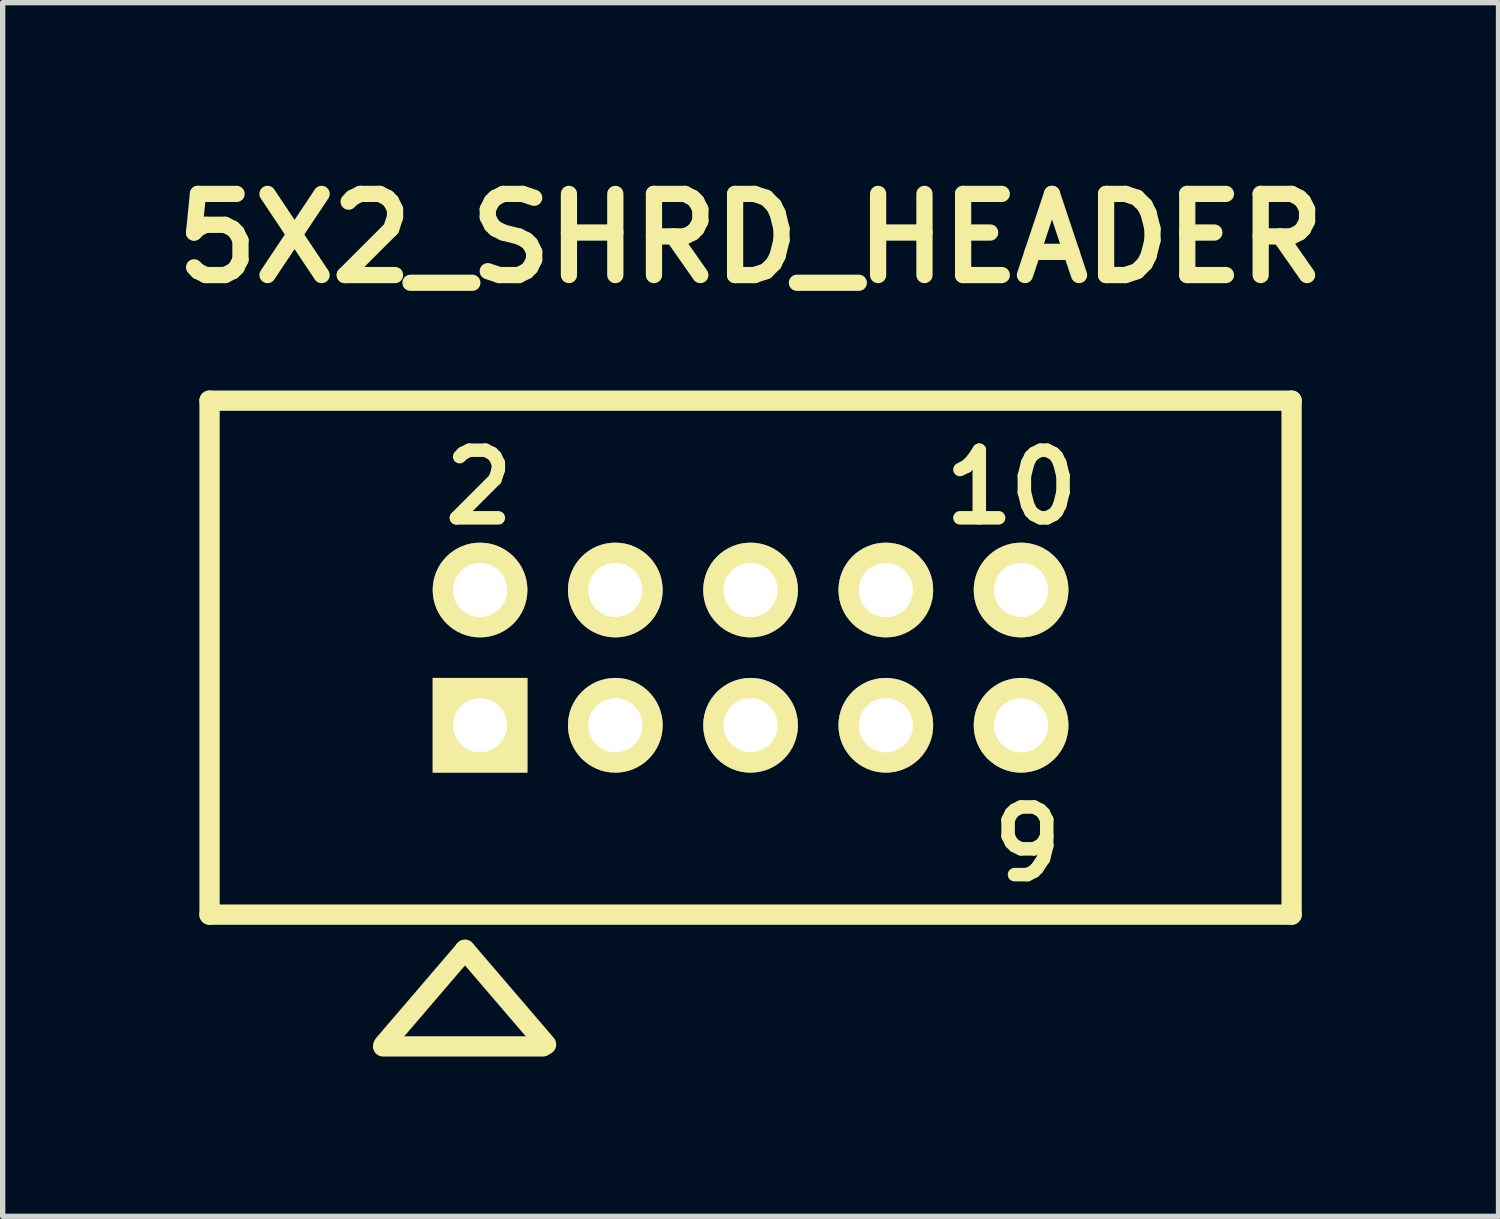
<source format=kicad_pcb>
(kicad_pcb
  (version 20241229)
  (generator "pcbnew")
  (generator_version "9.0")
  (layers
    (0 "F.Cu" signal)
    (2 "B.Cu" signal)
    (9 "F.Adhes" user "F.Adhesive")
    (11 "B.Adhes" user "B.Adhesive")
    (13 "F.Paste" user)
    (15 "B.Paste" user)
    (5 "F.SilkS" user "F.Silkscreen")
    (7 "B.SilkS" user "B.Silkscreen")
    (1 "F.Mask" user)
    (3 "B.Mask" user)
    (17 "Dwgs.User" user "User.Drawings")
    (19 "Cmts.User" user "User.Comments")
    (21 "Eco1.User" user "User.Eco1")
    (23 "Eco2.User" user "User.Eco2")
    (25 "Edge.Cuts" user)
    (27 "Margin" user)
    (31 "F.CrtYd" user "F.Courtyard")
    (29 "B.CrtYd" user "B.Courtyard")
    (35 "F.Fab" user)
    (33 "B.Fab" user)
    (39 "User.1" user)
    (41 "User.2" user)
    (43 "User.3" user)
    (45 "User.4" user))
  (footprint "5X2_SHRD_HEADER"
    (layer "F.Cu")
    (at 11.045 9.3)
    (property "Reference" "5X2_SHRD_HEADER" (at 0 -7.874 0) (layer "F.SilkS") (effects (font (size 1.524 1.524) (thickness 0.305))))
    (attr through_hole)
    (fp_line (start -10.16 -4.826) (end 10.16 -4.826) (stroke (width 0.381) (type solid)) (layer "F.SilkS"))
    (fp_line (start -10.16 4.826) (end -10.16 -4.826) (stroke (width 0.381) (type solid)) (layer "F.SilkS"))
    (fp_line (start -6.901 7.3) (end -3.899 7.3) (stroke (width 0.381) (type solid)) (layer "F.SilkS"))
    (fp_line (start -5.364 5.489) (end -6.888 7.267) (stroke (width 0.381) (type solid)) (layer "F.SilkS"))
    (fp_line (start -3.84 7.264) (end -5.364 5.486) (stroke (width 0.381) (type solid)) (layer "F.SilkS"))
    (fp_line (start 10.16 -4.826) (end 10.16 4.826) (stroke (width 0.381) (type solid)) (layer "F.SilkS"))
    (fp_line (start 10.16 4.826) (end -10.16 4.826) (stroke (width 0.381) (type solid)) (layer "F.SilkS"))
    (fp_text user "10" (at 4.9 -3.2 0) (layer "F.SilkS") (effects (font (size 1.27 1.27) (thickness 0.254))))
    (fp_text user "2" (at -5.1 -3.2 0) (layer "F.SilkS") (effects (font (size 1.27 1.27) (thickness 0.254))))
    (fp_text user "9" (at 5.199 3.5 0) (layer "F.SilkS") (effects (font (size 1.27 1.27) (thickness 0.254))))
    (pad "1" thru_hole rect (at -5.08 1.27) (size 1.778 1.778) (drill 1.016) (layers "*.Cu" "*.Mask" "F.SilkS"))
    (pad "2" thru_hole circle (at -5.08 -1.27) (size 1.778 1.778) (drill 1.016) (layers "*.Cu" "*.Mask" "F.SilkS"))
    (pad "3" thru_hole circle (at -2.54 1.27) (size 1.778 1.778) (drill 1.016) (layers "*.Cu" "*.Mask" "F.SilkS"))
    (pad "4" thru_hole circle (at -2.54 -1.27) (size 1.778 1.778) (drill 1.016) (layers "*.Cu" "*.Mask" "F.SilkS"))
    (pad "5" thru_hole circle (at 0 1.27) (size 1.778 1.778) (drill 1.016) (layers "*.Cu" "*.Mask" "F.SilkS"))
    (pad "6" thru_hole circle (at 0 -1.27) (size 1.778 1.778) (drill 1.016) (layers "*.Cu" "*.Mask" "F.SilkS"))
    (pad "7" thru_hole circle (at 2.54 1.27) (size 1.778 1.778) (drill 1.016) (layers "*.Cu" "*.Mask" "F.SilkS"))
    (pad "8" thru_hole circle (at 2.54 -1.27) (size 1.778 1.778) (drill 1.016) (layers "*.Cu" "*.Mask" "F.SilkS"))
    (pad "9" thru_hole circle (at 5.08 1.27) (size 1.778 1.778) (drill 1.016) (layers "*.Cu" "*.Mask" "F.SilkS"))
    (pad "10" thru_hole circle (at 5.08 -1.27) (size 1.778 1.778) (drill 1.016) (layers "*.Cu" "*.Mask" "F.SilkS")))
  (gr_rect
    (start -3 -3)
    (end 25.091 19.791)
    (stroke (width 0.1) (type default))
    (fill no)
    (layer "Edge.Cuts")))
</source>
